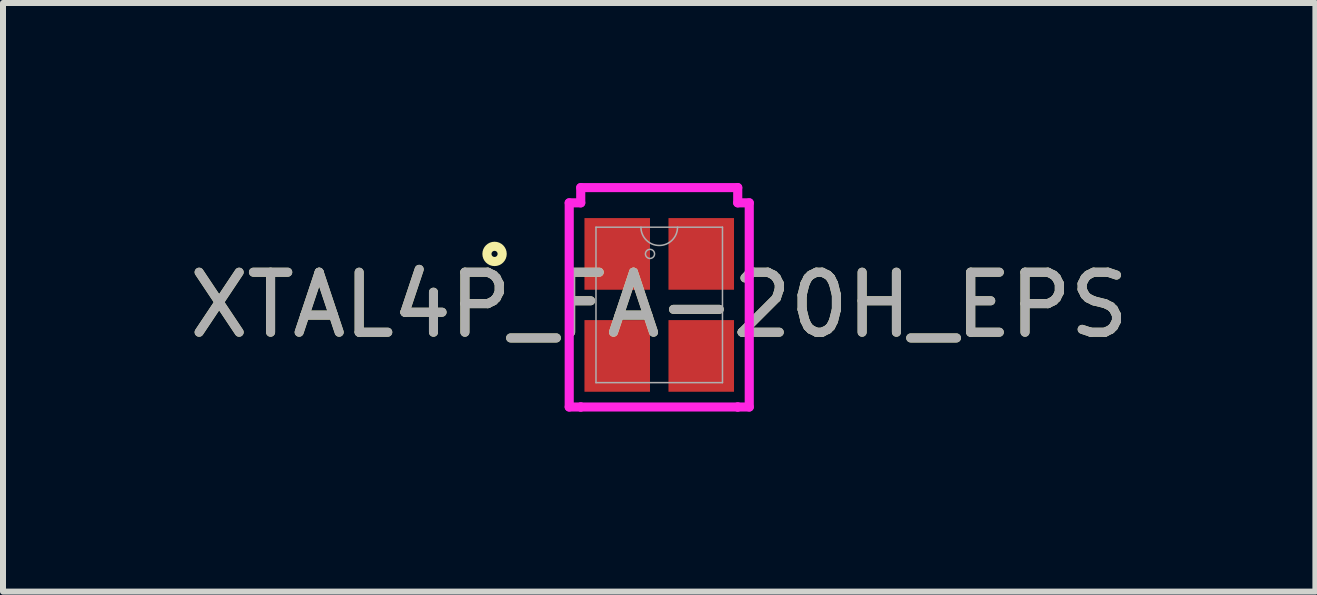
<source format=kicad_pcb>
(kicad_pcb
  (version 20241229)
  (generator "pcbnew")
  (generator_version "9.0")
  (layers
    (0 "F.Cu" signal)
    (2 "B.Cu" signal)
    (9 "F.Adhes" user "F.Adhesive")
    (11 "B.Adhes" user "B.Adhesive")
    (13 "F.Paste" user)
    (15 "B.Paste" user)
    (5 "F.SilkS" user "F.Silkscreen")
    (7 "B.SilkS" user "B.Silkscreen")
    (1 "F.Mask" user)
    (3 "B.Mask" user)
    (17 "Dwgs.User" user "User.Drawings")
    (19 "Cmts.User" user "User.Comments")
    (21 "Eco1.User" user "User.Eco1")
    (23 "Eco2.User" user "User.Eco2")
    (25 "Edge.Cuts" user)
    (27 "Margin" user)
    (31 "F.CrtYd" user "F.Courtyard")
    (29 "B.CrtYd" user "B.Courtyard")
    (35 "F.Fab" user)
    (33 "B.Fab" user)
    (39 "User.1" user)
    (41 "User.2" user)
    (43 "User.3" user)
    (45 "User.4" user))
  (footprint "XTAL4P_FA-20H_EPS"
    (layer "F.Cu")
    (at 7.935 2.031)
    (property "Reference" "XTAL4P_FA-20H_EPS" (at 0 0 0) (unlocked yes) (layer "F.SilkS") (effects (font (size 1 1) (thickness 0.15))))
    (attr smd)
    (fp_circle (center -2.744 -0.85) (end -2.617 -0.85) (stroke (width 0.152) (type solid)) (fill no) (layer "F.SilkS"))
    (fp_line (start -1.5 -1.701) (end -1.308 -1.701) (stroke (width 0.152) (type solid)) (layer "F.CrtYd"))
    (fp_line (start -1.5 1.701) (end -1.5 -1.701) (stroke (width 0.152) (type solid)) (layer "F.CrtYd"))
    (fp_line (start -1.5 1.701) (end -1.308 1.701) (stroke (width 0.152) (type solid)) (layer "F.CrtYd"))
    (fp_line (start -1.308 -1.955) (end 1.308 -1.955) (stroke (width 0.152) (type solid)) (layer "F.CrtYd"))
    (fp_line (start -1.308 -1.701) (end -1.308 -1.955) (stroke (width 0.152) (type solid)) (layer "F.CrtYd"))
    (fp_line (start -1.308 1.701) (end -1.308 1.701) (stroke (width 0.152) (type solid)) (layer "F.CrtYd"))
    (fp_line (start 1.308 -1.955) (end 1.308 -1.701) (stroke (width 0.152) (type solid)) (layer "F.CrtYd"))
    (fp_line (start 1.308 1.701) (end -1.308 1.701) (stroke (width 0.152) (type solid)) (layer "F.CrtYd"))
    (fp_line (start 1.308 1.701) (end 1.308 1.701) (stroke (width 0.152) (type solid)) (layer "F.CrtYd"))
    (fp_line (start 1.5 -1.701) (end 1.308 -1.701) (stroke (width 0.152) (type solid)) (layer "F.CrtYd"))
    (fp_line (start 1.5 -1.701) (end 1.5 1.701) (stroke (width 0.152) (type solid)) (layer "F.CrtYd"))
    (fp_line (start 1.5 1.701) (end 1.308 1.701) (stroke (width 0.152) (type solid)) (layer "F.CrtYd"))
    (fp_line (start -1.054 -1.295) (end -1.054 1.295) (stroke (width 0.025) (type solid)) (layer "F.Fab"))
    (fp_line (start -1.054 1.295) (end 1.054 1.295) (stroke (width 0.025) (type solid)) (layer "F.Fab"))
    (fp_line (start 1.054 -1.295) (end -1.054 -1.295) (stroke (width 0.025) (type solid)) (layer "F.Fab"))
    (fp_line (start 1.054 1.295) (end 1.054 -1.295) (stroke (width 0.025) (type solid)) (layer "F.Fab"))
    (fp_arc (start 0.3048 -1.2954) (mid 0 -0.9906) (end -0.3048 -1.2954) (stroke (width 0.0254) (type solid)) (layer "F.Fab"))
    (fp_circle (center -0.154 -0.85) (end -0.078 -0.85) (stroke (width 0.025) (type solid)) (fill no) (layer "F.Fab"))
    (fp_text user "${REFERENCE}" (at 0 0 0) (unlocked yes) (layer "F.Fab") (effects (font (size 1 1) (thickness 0.15))))
    (pad "1" smd rect (at -0.7 -0.85) (size 1.092 1.194) (layers "F.Cu" "F.Mask" "F.Paste"))
    (pad "2" smd rect (at -0.7 0.85) (size 1.092 1.194) (layers "F.Cu" "F.Mask" "F.Paste"))
    (pad "3" smd rect (at 0.7 0.85) (size 1.092 1.194) (layers "F.Cu" "F.Mask" "F.Paste"))
    (pad "4" smd rect (at 0.7 -0.85) (size 1.092 1.194) (layers "F.Cu" "F.Mask" "F.Paste")))
  (gr_rect
    (start -3 -3)
    (end 18.869 6.808)
    (stroke (width 0.1) (type default))
    (fill no)
    (layer "Edge.Cuts")))
</source>
